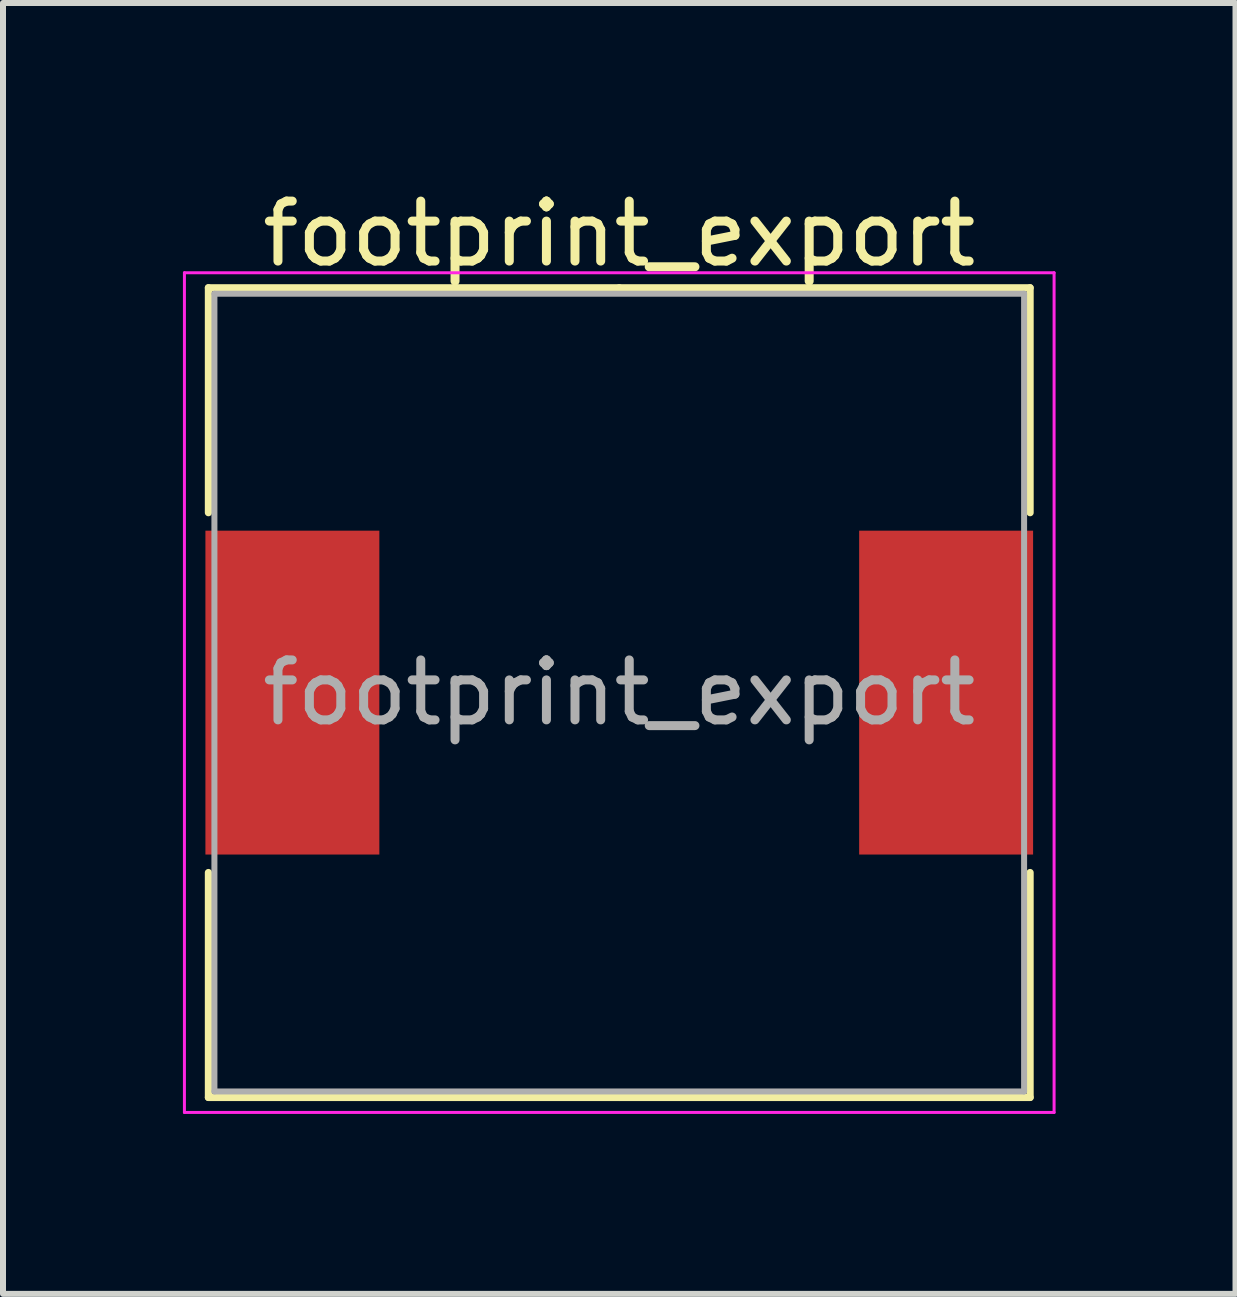
<source format=kicad_pcb>
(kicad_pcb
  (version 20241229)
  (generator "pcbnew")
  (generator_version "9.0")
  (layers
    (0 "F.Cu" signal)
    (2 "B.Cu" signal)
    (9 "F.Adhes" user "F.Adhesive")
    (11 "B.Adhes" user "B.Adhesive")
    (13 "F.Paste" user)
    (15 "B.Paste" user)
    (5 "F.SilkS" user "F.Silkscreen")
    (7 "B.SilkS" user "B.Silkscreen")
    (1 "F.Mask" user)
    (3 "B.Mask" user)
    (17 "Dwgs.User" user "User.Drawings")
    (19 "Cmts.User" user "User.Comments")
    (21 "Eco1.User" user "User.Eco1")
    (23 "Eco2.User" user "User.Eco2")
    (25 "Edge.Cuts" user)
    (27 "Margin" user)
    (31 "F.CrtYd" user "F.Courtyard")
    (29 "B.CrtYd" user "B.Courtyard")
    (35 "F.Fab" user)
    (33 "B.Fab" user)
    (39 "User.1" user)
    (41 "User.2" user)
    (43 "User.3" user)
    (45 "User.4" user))
  (footprint "footprint_export"
    (layer "F.Cu")
    (at 7.275 8.498)
    (property "Reference" "footprint_export" (at 0 -7.65 0) (layer "F.SilkS") (effects (font (size 1 1) (thickness 0.15))))
    (attr smd)
    (fp_line (start -6.85 -6.75) (end 0 -6.75) (stroke (width 0.12) (type solid)) (layer "F.SilkS"))
    (fp_line (start -6.85 -3) (end -6.85 -6.75) (stroke (width 0.12) (type solid)) (layer "F.SilkS"))
    (fp_line (start -6.85 3) (end -6.85 6.75) (stroke (width 0.12) (type solid)) (layer "F.SilkS"))
    (fp_line (start -6.85 6.75) (end 0 6.75) (stroke (width 0.12) (type solid)) (layer "F.SilkS"))
    (fp_line (start 6.85 -6.75) (end 0 -6.75) (stroke (width 0.12) (type solid)) (layer "F.SilkS"))
    (fp_line (start 6.85 -3) (end 6.85 -6.75) (stroke (width 0.12) (type solid)) (layer "F.SilkS"))
    (fp_line (start 6.85 3) (end 6.85 6.75) (stroke (width 0.12) (type solid)) (layer "F.SilkS"))
    (fp_line (start 6.85 6.75) (end 0 6.75) (stroke (width 0.12) (type solid)) (layer "F.SilkS"))
    (fp_line (start -7.25 -7) (end -7.25 7) (stroke (width 0.05) (type solid)) (layer "F.CrtYd"))
    (fp_line (start -7.25 7) (end 7.25 7) (stroke (width 0.05) (type solid)) (layer "F.CrtYd"))
    (fp_line (start 7.25 -7) (end -7.25 -7) (stroke (width 0.05) (type solid)) (layer "F.CrtYd"))
    (fp_line (start 7.25 7) (end 7.25 -7) (stroke (width 0.05) (type solid)) (layer "F.CrtYd"))
    (fp_line (start -6.75 -6.65) (end -6.75 6.65) (stroke (width 0.1) (type solid)) (layer "F.Fab"))
    (fp_line (start -6.75 6.65) (end 6.75 6.65) (stroke (width 0.1) (type solid)) (layer "F.Fab"))
    (fp_line (start 6.75 -6.65) (end -6.75 -6.65) (stroke (width 0.1) (type solid)) (layer "F.Fab"))
    (fp_line (start 6.75 6.65) (end 6.75 -6.65) (stroke (width 0.1) (type solid)) (layer "F.Fab"))
    (fp_text user "${REFERENCE}" (at 0 0 0) (layer "F.Fab") (effects (font (size 1 1) (thickness 0.15))))
    (pad "1" smd rect (at -5.45 0) (size 2.9 5.4) (layers "F.Cu" "F.Mask" "F.Paste"))
    (pad "2" smd rect (at 5.45 0) (size 2.9 5.4) (layers "F.Cu" "F.Mask" "F.Paste")))
  (gr_rect
    (start -3 -3)
    (end 17.55 18.523)
    (stroke (width 0.1) (type default))
    (fill no)
    (layer "Edge.Cuts")))
</source>
